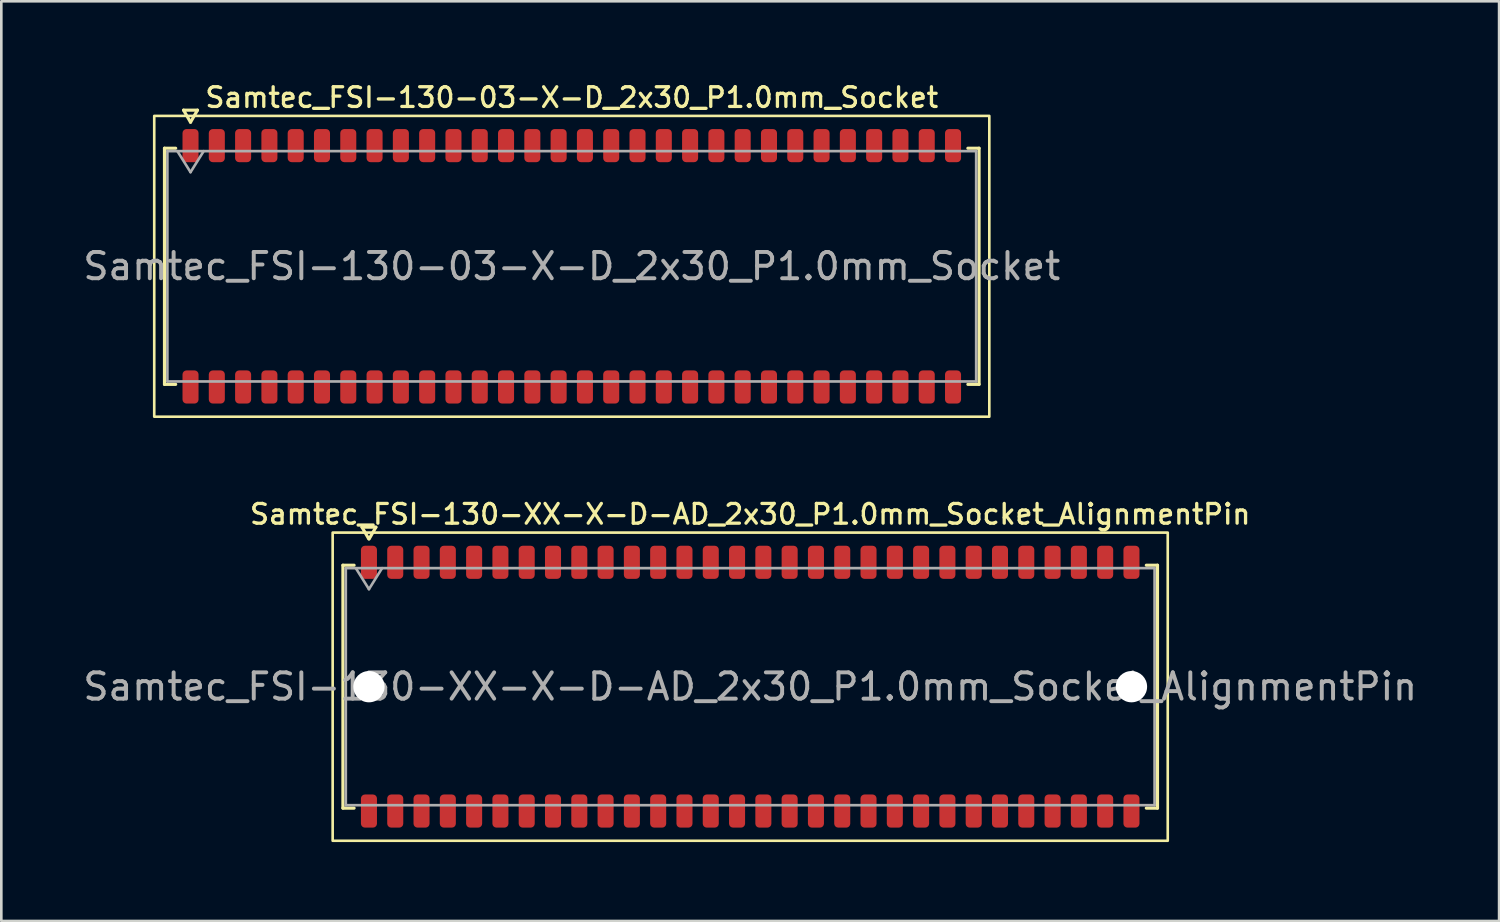
<source format=kicad_pcb>
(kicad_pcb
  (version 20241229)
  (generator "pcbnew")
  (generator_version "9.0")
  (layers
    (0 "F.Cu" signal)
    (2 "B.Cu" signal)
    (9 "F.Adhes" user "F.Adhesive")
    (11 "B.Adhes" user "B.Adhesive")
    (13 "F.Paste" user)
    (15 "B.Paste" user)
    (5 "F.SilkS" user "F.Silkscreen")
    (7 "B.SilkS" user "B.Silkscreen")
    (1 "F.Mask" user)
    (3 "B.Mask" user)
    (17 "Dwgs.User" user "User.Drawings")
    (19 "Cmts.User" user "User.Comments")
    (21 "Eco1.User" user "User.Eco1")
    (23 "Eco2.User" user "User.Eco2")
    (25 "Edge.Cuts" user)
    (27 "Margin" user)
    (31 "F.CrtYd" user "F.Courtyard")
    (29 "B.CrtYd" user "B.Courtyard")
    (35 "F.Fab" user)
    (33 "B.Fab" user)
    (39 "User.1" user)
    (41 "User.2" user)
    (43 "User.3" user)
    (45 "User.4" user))
  (footprint "Samtec_FSI-130-XX-X-D-AD_2x30_P1.0mm_Socket_AlignmentPin"
    (layer "F.Cu")
    (at 25.482 23.066)
    (property "Reference" "Samtec_FSI-130-XX-X-D-AD_2x30_P1.0mm_Socket_AlignmentPin" (at 0 -6.56 0) (layer "F.SilkS") (effects (font (size 0.75 0.75) (thickness 0.125))))
    (attr smd)
    (fp_line (start -15.49 -4.619) (end -15.065 -4.619) (stroke (width 0.12) (type solid)) (layer "F.SilkS"))
    (fp_line (start -15.49 4.619) (end -15.49 -4.619) (stroke (width 0.12) (type solid)) (layer "F.SilkS"))
    (fp_line (start -15.065 4.619) (end -15.49 4.619) (stroke (width 0.12) (type solid)) (layer "F.SilkS"))
    (fp_line (start -14.764 -6.066) (end -14.507 -5.62) (stroke (width 0.12) (type solid)) (layer "F.SilkS"))
    (fp_line (start -14.493 -5.62) (end -14.236 -6.066) (stroke (width 0.12) (type solid)) (layer "F.SilkS"))
    (fp_line (start -14.236 -6.066) (end -14.764 -6.066) (stroke (width 0.12) (type solid)) (layer "F.SilkS"))
    (fp_line (start 15.065 -4.619) (end 15.49 -4.619) (stroke (width 0.12) (type solid)) (layer "F.SilkS"))
    (fp_line (start 15.49 -4.619) (end 15.49 4.619) (stroke (width 0.12) (type solid)) (layer "F.SilkS"))
    (fp_line (start 15.49 4.619) (end 15.065 4.619) (stroke (width 0.12) (type solid)) (layer "F.SilkS"))
    (fp_rect (start -15.88 -5.86) (end 15.88 5.86) (stroke (width 0.1) (type solid)) (fill no) (layer "F.SilkS"))
    (fp_line (start -15.38 -4.508) (end 15.38 -4.508) (stroke (width 0.1) (type solid)) (layer "F.Fab"))
    (fp_line (start -15.38 4.508) (end -15.38 -4.508) (stroke (width 0.1) (type solid)) (layer "F.Fab"))
    (fp_line (start -15 -4.508) (end -14.5 -3.708) (stroke (width 0.1) (type solid)) (layer "F.Fab"))
    (fp_line (start -14.5 -3.708) (end -14 -4.508) (stroke (width 0.1) (type solid)) (layer "F.Fab"))
    (fp_line (start 15.38 -4.508) (end 15.38 4.508) (stroke (width 0.1) (type solid)) (layer "F.Fab"))
    (fp_line (start 15.38 4.508) (end -15.38 4.508) (stroke (width 0.1) (type solid)) (layer "F.Fab"))
    (fp_text user "${REFERENCE}" (at 0 0 0) (layer "F.Fab") (effects (font (size 1 1) (thickness 0.15))))
    (pad "" np_thru_hole circle (at -14.5 0) (size 1.19 1.19) (drill 1.19) (layers "*.Cu" "*.Mask"))
    (pad "" np_thru_hole circle (at 14.5 0) (size 1.19 1.19) (drill 1.19) (layers "*.Cu" "*.Mask"))
    (pad "1" smd roundrect (at -14.5 -4.73) (size 0.61 1.26) (layers "F.Cu" "F.Mask" "F.Paste") (roundrect_rratio 0.25))
    (pad "2" smd roundrect (at -14.5 4.73) (size 0.61 1.26) (layers "F.Cu" "F.Mask" "F.Paste") (roundrect_rratio 0.25))
    (pad "3" smd roundrect (at -13.5 -4.73) (size 0.61 1.26) (layers "F.Cu" "F.Mask" "F.Paste") (roundrect_rratio 0.25))
    (pad "4" smd roundrect (at -13.5 4.73) (size 0.61 1.26) (layers "F.Cu" "F.Mask" "F.Paste") (roundrect_rratio 0.25))
    (pad "5" smd roundrect (at -12.5 -4.73) (size 0.61 1.26) (layers "F.Cu" "F.Mask" "F.Paste") (roundrect_rratio 0.25))
    (pad "6" smd roundrect (at -12.5 4.73) (size 0.61 1.26) (layers "F.Cu" "F.Mask" "F.Paste") (roundrect_rratio 0.25))
    (pad "7" smd roundrect (at -11.5 -4.73) (size 0.61 1.26) (layers "F.Cu" "F.Mask" "F.Paste") (roundrect_rratio 0.25))
    (pad "8" smd roundrect (at -11.5 4.73) (size 0.61 1.26) (layers "F.Cu" "F.Mask" "F.Paste") (roundrect_rratio 0.25))
    (pad "9" smd roundrect (at -10.5 -4.73) (size 0.61 1.26) (layers "F.Cu" "F.Mask" "F.Paste") (roundrect_rratio 0.25))
    (pad "10" smd roundrect (at -10.5 4.73) (size 0.61 1.26) (layers "F.Cu" "F.Mask" "F.Paste") (roundrect_rratio 0.25))
    (pad "11" smd roundrect (at -9.5 -4.73) (size 0.61 1.26) (layers "F.Cu" "F.Mask" "F.Paste") (roundrect_rratio 0.25))
    (pad "12" smd roundrect (at -9.5 4.73) (size 0.61 1.26) (layers "F.Cu" "F.Mask" "F.Paste") (roundrect_rratio 0.25))
    (pad "13" smd roundrect (at -8.5 -4.73) (size 0.61 1.26) (layers "F.Cu" "F.Mask" "F.Paste") (roundrect_rratio 0.25))
    (pad "14" smd roundrect (at -8.5 4.73) (size 0.61 1.26) (layers "F.Cu" "F.Mask" "F.Paste") (roundrect_rratio 0.25))
    (pad "15" smd roundrect (at -7.5 -4.73) (size 0.61 1.26) (layers "F.Cu" "F.Mask" "F.Paste") (roundrect_rratio 0.25))
    (pad "16" smd roundrect (at -7.5 4.73) (size 0.61 1.26) (layers "F.Cu" "F.Mask" "F.Paste") (roundrect_rratio 0.25))
    (pad "17" smd roundrect (at -6.5 -4.73) (size 0.61 1.26) (layers "F.Cu" "F.Mask" "F.Paste") (roundrect_rratio 0.25))
    (pad "18" smd roundrect (at -6.5 4.73) (size 0.61 1.26) (layers "F.Cu" "F.Mask" "F.Paste") (roundrect_rratio 0.25))
    (pad "19" smd roundrect (at -5.5 -4.73) (size 0.61 1.26) (layers "F.Cu" "F.Mask" "F.Paste") (roundrect_rratio 0.25))
    (pad "20" smd roundrect (at -5.5 4.73) (size 0.61 1.26) (layers "F.Cu" "F.Mask" "F.Paste") (roundrect_rratio 0.25))
    (pad "21" smd roundrect (at -4.5 -4.73) (size 0.61 1.26) (layers "F.Cu" "F.Mask" "F.Paste") (roundrect_rratio 0.25))
    (pad "22" smd roundrect (at -4.5 4.73) (size 0.61 1.26) (layers "F.Cu" "F.Mask" "F.Paste") (roundrect_rratio 0.25))
    (pad "23" smd roundrect (at -3.5 -4.73) (size 0.61 1.26) (layers "F.Cu" "F.Mask" "F.Paste") (roundrect_rratio 0.25))
    (pad "24" smd roundrect (at -3.5 4.73) (size 0.61 1.26) (layers "F.Cu" "F.Mask" "F.Paste") (roundrect_rratio 0.25))
    (pad "25" smd roundrect (at -2.5 -4.73) (size 0.61 1.26) (layers "F.Cu" "F.Mask" "F.Paste") (roundrect_rratio 0.25))
    (pad "26" smd roundrect (at -2.5 4.73) (size 0.61 1.26) (layers "F.Cu" "F.Mask" "F.Paste") (roundrect_rratio 0.25))
    (pad "27" smd roundrect (at -1.5 -4.73) (size 0.61 1.26) (layers "F.Cu" "F.Mask" "F.Paste") (roundrect_rratio 0.25))
    (pad "28" smd roundrect (at -1.5 4.73) (size 0.61 1.26) (layers "F.Cu" "F.Mask" "F.Paste") (roundrect_rratio 0.25))
    (pad "29" smd roundrect (at -0.5 -4.73) (size 0.61 1.26) (layers "F.Cu" "F.Mask" "F.Paste") (roundrect_rratio 0.25))
    (pad "30" smd roundrect (at -0.5 4.73) (size 0.61 1.26) (layers "F.Cu" "F.Mask" "F.Paste") (roundrect_rratio 0.25))
    (pad "31" smd roundrect (at 0.5 -4.73) (size 0.61 1.26) (layers "F.Cu" "F.Mask" "F.Paste") (roundrect_rratio 0.25))
    (pad "32" smd roundrect (at 0.5 4.73) (size 0.61 1.26) (layers "F.Cu" "F.Mask" "F.Paste") (roundrect_rratio 0.25))
    (pad "33" smd roundrect (at 1.5 -4.73) (size 0.61 1.26) (layers "F.Cu" "F.Mask" "F.Paste") (roundrect_rratio 0.25))
    (pad "34" smd roundrect (at 1.5 4.73) (size 0.61 1.26) (layers "F.Cu" "F.Mask" "F.Paste") (roundrect_rratio 0.25))
    (pad "35" smd roundrect (at 2.5 -4.73) (size 0.61 1.26) (layers "F.Cu" "F.Mask" "F.Paste") (roundrect_rratio 0.25))
    (pad "36" smd roundrect (at 2.5 4.73) (size 0.61 1.26) (layers "F.Cu" "F.Mask" "F.Paste") (roundrect_rratio 0.25))
    (pad "37" smd roundrect (at 3.5 -4.73) (size 0.61 1.26) (layers "F.Cu" "F.Mask" "F.Paste") (roundrect_rratio 0.25))
    (pad "38" smd roundrect (at 3.5 4.73) (size 0.61 1.26) (layers "F.Cu" "F.Mask" "F.Paste") (roundrect_rratio 0.25))
    (pad "39" smd roundrect (at 4.5 -4.73) (size 0.61 1.26) (layers "F.Cu" "F.Mask" "F.Paste") (roundrect_rratio 0.25))
    (pad "40" smd roundrect (at 4.5 4.73) (size 0.61 1.26) (layers "F.Cu" "F.Mask" "F.Paste") (roundrect_rratio 0.25))
    (pad "41" smd roundrect (at 5.5 -4.73) (size 0.61 1.26) (layers "F.Cu" "F.Mask" "F.Paste") (roundrect_rratio 0.25))
    (pad "42" smd roundrect (at 5.5 4.73) (size 0.61 1.26) (layers "F.Cu" "F.Mask" "F.Paste") (roundrect_rratio 0.25))
    (pad "43" smd roundrect (at 6.5 -4.73) (size 0.61 1.26) (layers "F.Cu" "F.Mask" "F.Paste") (roundrect_rratio 0.25))
    (pad "44" smd roundrect (at 6.5 4.73) (size 0.61 1.26) (layers "F.Cu" "F.Mask" "F.Paste") (roundrect_rratio 0.25))
    (pad "45" smd roundrect (at 7.5 -4.73) (size 0.61 1.26) (layers "F.Cu" "F.Mask" "F.Paste") (roundrect_rratio 0.25))
    (pad "46" smd roundrect (at 7.5 4.73) (size 0.61 1.26) (layers "F.Cu" "F.Mask" "F.Paste") (roundrect_rratio 0.25))
    (pad "47" smd roundrect (at 8.5 -4.73) (size 0.61 1.26) (layers "F.Cu" "F.Mask" "F.Paste") (roundrect_rratio 0.25))
    (pad "48" smd roundrect (at 8.5 4.73) (size 0.61 1.26) (layers "F.Cu" "F.Mask" "F.Paste") (roundrect_rratio 0.25))
    (pad "49" smd roundrect (at 9.5 -4.73) (size 0.61 1.26) (layers "F.Cu" "F.Mask" "F.Paste") (roundrect_rratio 0.25))
    (pad "50" smd roundrect (at 9.5 4.73) (size 0.61 1.26) (layers "F.Cu" "F.Mask" "F.Paste") (roundrect_rratio 0.25))
    (pad "51" smd roundrect (at 10.5 -4.73) (size 0.61 1.26) (layers "F.Cu" "F.Mask" "F.Paste") (roundrect_rratio 0.25))
    (pad "52" smd roundrect (at 10.5 4.73) (size 0.61 1.26) (layers "F.Cu" "F.Mask" "F.Paste") (roundrect_rratio 0.25))
    (pad "53" smd roundrect (at 11.5 -4.73) (size 0.61 1.26) (layers "F.Cu" "F.Mask" "F.Paste") (roundrect_rratio 0.25))
    (pad "54" smd roundrect (at 11.5 4.73) (size 0.61 1.26) (layers "F.Cu" "F.Mask" "F.Paste") (roundrect_rratio 0.25))
    (pad "55" smd roundrect (at 12.5 -4.73) (size 0.61 1.26) (layers "F.Cu" "F.Mask" "F.Paste") (roundrect_rratio 0.25))
    (pad "56" smd roundrect (at 12.5 4.73) (size 0.61 1.26) (layers "F.Cu" "F.Mask" "F.Paste") (roundrect_rratio 0.25))
    (pad "57" smd roundrect (at 13.5 -4.73) (size 0.61 1.26) (layers "F.Cu" "F.Mask" "F.Paste") (roundrect_rratio 0.25))
    (pad "58" smd roundrect (at 13.5 4.73) (size 0.61 1.26) (layers "F.Cu" "F.Mask" "F.Paste") (roundrect_rratio 0.25))
    (pad "59" smd roundrect (at 14.5 -4.73) (size 0.61 1.26) (layers "F.Cu" "F.Mask" "F.Paste") (roundrect_rratio 0.25))
    (pad "60" smd roundrect (at 14.5 4.73) (size 0.61 1.26) (layers "F.Cu" "F.Mask" "F.Paste") (roundrect_rratio 0.25)))
  (footprint "Samtec_FSI-130-03-X-D_2x30_P1.0mm_Socket"
    (layer "F.Cu")
    (at 18.696 7.078)
    (property "Reference" "Samtec_FSI-130-03-X-D_2x30_P1.0mm_Socket" (at 0 -6.42 0) (layer "F.SilkS") (effects (font (size 0.75 0.75) (thickness 0.125))))
    (attr smd)
    (fp_line (start -15.49 -4.49) (end -15.065 -4.49) (stroke (width 0.12) (type solid)) (layer "F.SilkS"))
    (fp_line (start -15.49 4.49) (end -15.49 -4.49) (stroke (width 0.12) (type solid)) (layer "F.SilkS"))
    (fp_line (start -15.065 4.49) (end -15.49 4.49) (stroke (width 0.12) (type solid)) (layer "F.SilkS"))
    (fp_line (start -14.764 -5.938) (end -14.5 -5.48) (stroke (width 0.12) (type solid)) (layer "F.SilkS"))
    (fp_line (start -14.5 -5.48) (end -14.236 -5.938) (stroke (width 0.12) (type solid)) (layer "F.SilkS"))
    (fp_line (start -14.236 -5.938) (end -14.764 -5.938) (stroke (width 0.12) (type solid)) (layer "F.SilkS"))
    (fp_line (start 15.065 -4.49) (end 15.49 -4.49) (stroke (width 0.12) (type solid)) (layer "F.SilkS"))
    (fp_line (start 15.49 -4.49) (end 15.49 4.49) (stroke (width 0.12) (type solid)) (layer "F.SilkS"))
    (fp_line (start 15.49 4.49) (end 15.065 4.49) (stroke (width 0.12) (type solid)) (layer "F.SilkS"))
    (fp_rect (start -15.88 -5.72) (end 15.88 5.72) (stroke (width 0.1) (type solid)) (fill no) (layer "F.SilkS"))
    (fp_line (start -15.38 -4.38) (end 15.38 -4.38) (stroke (width 0.1) (type solid)) (layer "F.Fab"))
    (fp_line (start -15.38 4.38) (end -15.38 -4.38) (stroke (width 0.1) (type solid)) (layer "F.Fab"))
    (fp_line (start -15 -4.38) (end -14.5 -3.58) (stroke (width 0.1) (type solid)) (layer "F.Fab"))
    (fp_line (start -14.5 -3.58) (end -14 -4.38) (stroke (width 0.1) (type solid)) (layer "F.Fab"))
    (fp_line (start 15.38 -4.38) (end 15.38 4.38) (stroke (width 0.1) (type solid)) (layer "F.Fab"))
    (fp_line (start 15.38 4.38) (end -15.38 4.38) (stroke (width 0.1) (type solid)) (layer "F.Fab"))
    (fp_text user "${REFERENCE}" (at 0 0 0) (layer "F.Fab") (effects (font (size 1 1) (thickness 0.15))))
    (pad "1" smd roundrect (at -14.5 -4.59) (size 0.61 1.26) (layers "F.Cu" "F.Mask" "F.Paste") (roundrect_rratio 0.25))
    (pad "2" smd roundrect (at -14.5 4.59) (size 0.61 1.26) (layers "F.Cu" "F.Mask" "F.Paste") (roundrect_rratio 0.25))
    (pad "3" smd roundrect (at -13.5 -4.59) (size 0.61 1.26) (layers "F.Cu" "F.Mask" "F.Paste") (roundrect_rratio 0.25))
    (pad "4" smd roundrect (at -13.5 4.59) (size 0.61 1.26) (layers "F.Cu" "F.Mask" "F.Paste") (roundrect_rratio 0.25))
    (pad "5" smd roundrect (at -12.5 -4.59) (size 0.61 1.26) (layers "F.Cu" "F.Mask" "F.Paste") (roundrect_rratio 0.25))
    (pad "6" smd roundrect (at -12.5 4.59) (size 0.61 1.26) (layers "F.Cu" "F.Mask" "F.Paste") (roundrect_rratio 0.25))
    (pad "7" smd roundrect (at -11.5 -4.59) (size 0.61 1.26) (layers "F.Cu" "F.Mask" "F.Paste") (roundrect_rratio 0.25))
    (pad "8" smd roundrect (at -11.5 4.59) (size 0.61 1.26) (layers "F.Cu" "F.Mask" "F.Paste") (roundrect_rratio 0.25))
    (pad "9" smd roundrect (at -10.5 -4.59) (size 0.61 1.26) (layers "F.Cu" "F.Mask" "F.Paste") (roundrect_rratio 0.25))
    (pad "10" smd roundrect (at -10.5 4.59) (size 0.61 1.26) (layers "F.Cu" "F.Mask" "F.Paste") (roundrect_rratio 0.25))
    (pad "11" smd roundrect (at -9.5 -4.59) (size 0.61 1.26) (layers "F.Cu" "F.Mask" "F.Paste") (roundrect_rratio 0.25))
    (pad "12" smd roundrect (at -9.5 4.59) (size 0.61 1.26) (layers "F.Cu" "F.Mask" "F.Paste") (roundrect_rratio 0.25))
    (pad "13" smd roundrect (at -8.5 -4.59) (size 0.61 1.26) (layers "F.Cu" "F.Mask" "F.Paste") (roundrect_rratio 0.25))
    (pad "14" smd roundrect (at -8.5 4.59) (size 0.61 1.26) (layers "F.Cu" "F.Mask" "F.Paste") (roundrect_rratio 0.25))
    (pad "15" smd roundrect (at -7.5 -4.59) (size 0.61 1.26) (layers "F.Cu" "F.Mask" "F.Paste") (roundrect_rratio 0.25))
    (pad "16" smd roundrect (at -7.5 4.59) (size 0.61 1.26) (layers "F.Cu" "F.Mask" "F.Paste") (roundrect_rratio 0.25))
    (pad "17" smd roundrect (at -6.5 -4.59) (size 0.61 1.26) (layers "F.Cu" "F.Mask" "F.Paste") (roundrect_rratio 0.25))
    (pad "18" smd roundrect (at -6.5 4.59) (size 0.61 1.26) (layers "F.Cu" "F.Mask" "F.Paste") (roundrect_rratio 0.25))
    (pad "19" smd roundrect (at -5.5 -4.59) (size 0.61 1.26) (layers "F.Cu" "F.Mask" "F.Paste") (roundrect_rratio 0.25))
    (pad "20" smd roundrect (at -5.5 4.59) (size 0.61 1.26) (layers "F.Cu" "F.Mask" "F.Paste") (roundrect_rratio 0.25))
    (pad "21" smd roundrect (at -4.5 -4.59) (size 0.61 1.26) (layers "F.Cu" "F.Mask" "F.Paste") (roundrect_rratio 0.25))
    (pad "22" smd roundrect (at -4.5 4.59) (size 0.61 1.26) (layers "F.Cu" "F.Mask" "F.Paste") (roundrect_rratio 0.25))
    (pad "23" smd roundrect (at -3.5 -4.59) (size 0.61 1.26) (layers "F.Cu" "F.Mask" "F.Paste") (roundrect_rratio 0.25))
    (pad "24" smd roundrect (at -3.5 4.59) (size 0.61 1.26) (layers "F.Cu" "F.Mask" "F.Paste") (roundrect_rratio 0.25))
    (pad "25" smd roundrect (at -2.5 -4.59) (size 0.61 1.26) (layers "F.Cu" "F.Mask" "F.Paste") (roundrect_rratio 0.25))
    (pad "26" smd roundrect (at -2.5 4.59) (size 0.61 1.26) (layers "F.Cu" "F.Mask" "F.Paste") (roundrect_rratio 0.25))
    (pad "27" smd roundrect (at -1.5 -4.59) (size 0.61 1.26) (layers "F.Cu" "F.Mask" "F.Paste") (roundrect_rratio 0.25))
    (pad "28" smd roundrect (at -1.5 4.59) (size 0.61 1.26) (layers "F.Cu" "F.Mask" "F.Paste") (roundrect_rratio 0.25))
    (pad "29" smd roundrect (at -0.5 -4.59) (size 0.61 1.26) (layers "F.Cu" "F.Mask" "F.Paste") (roundrect_rratio 0.25))
    (pad "30" smd roundrect (at -0.5 4.59) (size 0.61 1.26) (layers "F.Cu" "F.Mask" "F.Paste") (roundrect_rratio 0.25))
    (pad "31" smd roundrect (at 0.5 -4.59) (size 0.61 1.26) (layers "F.Cu" "F.Mask" "F.Paste") (roundrect_rratio 0.25))
    (pad "32" smd roundrect (at 0.5 4.59) (size 0.61 1.26) (layers "F.Cu" "F.Mask" "F.Paste") (roundrect_rratio 0.25))
    (pad "33" smd roundrect (at 1.5 -4.59) (size 0.61 1.26) (layers "F.Cu" "F.Mask" "F.Paste") (roundrect_rratio 0.25))
    (pad "34" smd roundrect (at 1.5 4.59) (size 0.61 1.26) (layers "F.Cu" "F.Mask" "F.Paste") (roundrect_rratio 0.25))
    (pad "35" smd roundrect (at 2.5 -4.59) (size 0.61 1.26) (layers "F.Cu" "F.Mask" "F.Paste") (roundrect_rratio 0.25))
    (pad "36" smd roundrect (at 2.5 4.59) (size 0.61 1.26) (layers "F.Cu" "F.Mask" "F.Paste") (roundrect_rratio 0.25))
    (pad "37" smd roundrect (at 3.5 -4.59) (size 0.61 1.26) (layers "F.Cu" "F.Mask" "F.Paste") (roundrect_rratio 0.25))
    (pad "38" smd roundrect (at 3.5 4.59) (size 0.61 1.26) (layers "F.Cu" "F.Mask" "F.Paste") (roundrect_rratio 0.25))
    (pad "39" smd roundrect (at 4.5 -4.59) (size 0.61 1.26) (layers "F.Cu" "F.Mask" "F.Paste") (roundrect_rratio 0.25))
    (pad "40" smd roundrect (at 4.5 4.59) (size 0.61 1.26) (layers "F.Cu" "F.Mask" "F.Paste") (roundrect_rratio 0.25))
    (pad "41" smd roundrect (at 5.5 -4.59) (size 0.61 1.26) (layers "F.Cu" "F.Mask" "F.Paste") (roundrect_rratio 0.25))
    (pad "42" smd roundrect (at 5.5 4.59) (size 0.61 1.26) (layers "F.Cu" "F.Mask" "F.Paste") (roundrect_rratio 0.25))
    (pad "43" smd roundrect (at 6.5 -4.59) (size 0.61 1.26) (layers "F.Cu" "F.Mask" "F.Paste") (roundrect_rratio 0.25))
    (pad "44" smd roundrect (at 6.5 4.59) (size 0.61 1.26) (layers "F.Cu" "F.Mask" "F.Paste") (roundrect_rratio 0.25))
    (pad "45" smd roundrect (at 7.5 -4.59) (size 0.61 1.26) (layers "F.Cu" "F.Mask" "F.Paste") (roundrect_rratio 0.25))
    (pad "46" smd roundrect (at 7.5 4.59) (size 0.61 1.26) (layers "F.Cu" "F.Mask" "F.Paste") (roundrect_rratio 0.25))
    (pad "47" smd roundrect (at 8.5 -4.59) (size 0.61 1.26) (layers "F.Cu" "F.Mask" "F.Paste") (roundrect_rratio 0.25))
    (pad "48" smd roundrect (at 8.5 4.59) (size 0.61 1.26) (layers "F.Cu" "F.Mask" "F.Paste") (roundrect_rratio 0.25))
    (pad "49" smd roundrect (at 9.5 -4.59) (size 0.61 1.26) (layers "F.Cu" "F.Mask" "F.Paste") (roundrect_rratio 0.25))
    (pad "50" smd roundrect (at 9.5 4.59) (size 0.61 1.26) (layers "F.Cu" "F.Mask" "F.Paste") (roundrect_rratio 0.25))
    (pad "51" smd roundrect (at 10.5 -4.59) (size 0.61 1.26) (layers "F.Cu" "F.Mask" "F.Paste") (roundrect_rratio 0.25))
    (pad "52" smd roundrect (at 10.5 4.59) (size 0.61 1.26) (layers "F.Cu" "F.Mask" "F.Paste") (roundrect_rratio 0.25))
    (pad "53" smd roundrect (at 11.5 -4.59) (size 0.61 1.26) (layers "F.Cu" "F.Mask" "F.Paste") (roundrect_rratio 0.25))
    (pad "54" smd roundrect (at 11.5 4.59) (size 0.61 1.26) (layers "F.Cu" "F.Mask" "F.Paste") (roundrect_rratio 0.25))
    (pad "55" smd roundrect (at 12.5 -4.59) (size 0.61 1.26) (layers "F.Cu" "F.Mask" "F.Paste") (roundrect_rratio 0.25))
    (pad "56" smd roundrect (at 12.5 4.59) (size 0.61 1.26) (layers "F.Cu" "F.Mask" "F.Paste") (roundrect_rratio 0.25))
    (pad "57" smd roundrect (at 13.5 -4.59) (size 0.61 1.26) (layers "F.Cu" "F.Mask" "F.Paste") (roundrect_rratio 0.25))
    (pad "58" smd roundrect (at 13.5 4.59) (size 0.61 1.26) (layers "F.Cu" "F.Mask" "F.Paste") (roundrect_rratio 0.25))
    (pad "59" smd roundrect (at 14.5 -4.59) (size 0.61 1.26) (layers "F.Cu" "F.Mask" "F.Paste") (roundrect_rratio 0.25))
    (pad "60" smd roundrect (at 14.5 4.59) (size 0.61 1.26) (layers "F.Cu" "F.Mask" "F.Paste") (roundrect_rratio 0.25)))
  (gr_rect
    (start -3 -3)
    (end 53.964 31.976)
    (stroke (width 0.1) (type default))
    (fill no)
    (layer "Edge.Cuts")))
</source>
